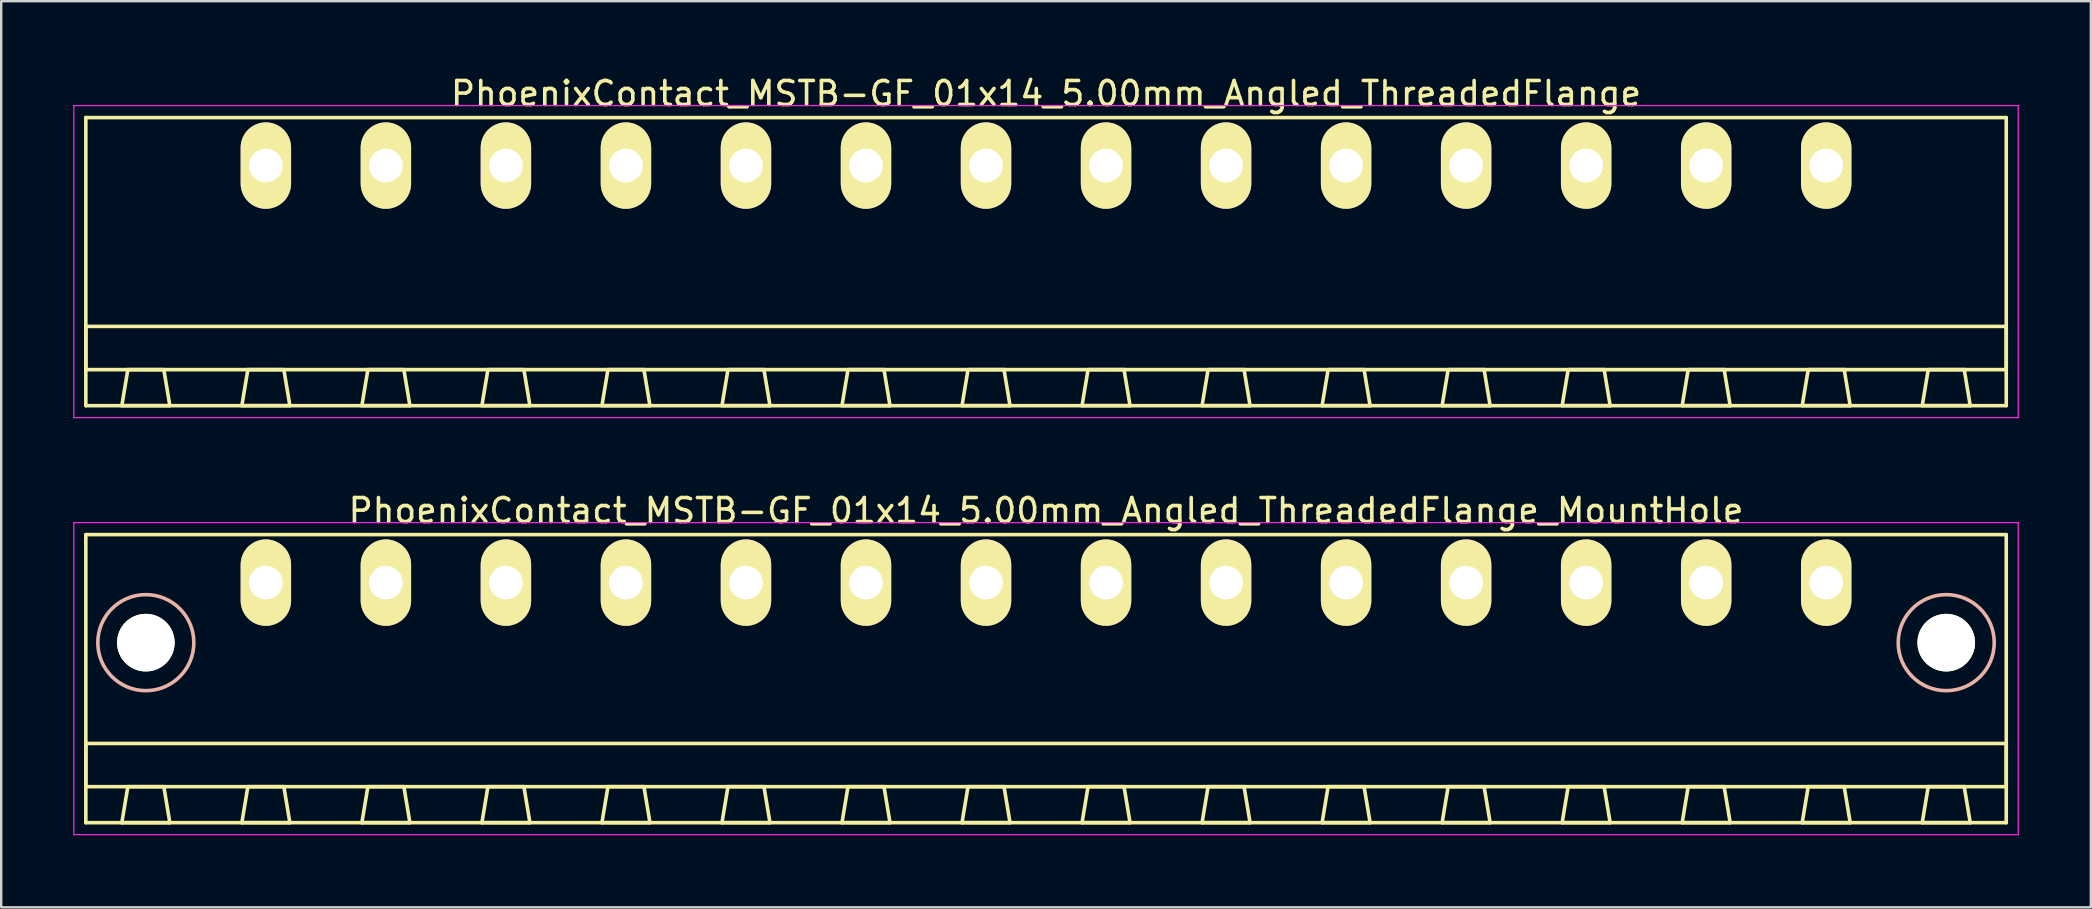
<source format=kicad_pcb>
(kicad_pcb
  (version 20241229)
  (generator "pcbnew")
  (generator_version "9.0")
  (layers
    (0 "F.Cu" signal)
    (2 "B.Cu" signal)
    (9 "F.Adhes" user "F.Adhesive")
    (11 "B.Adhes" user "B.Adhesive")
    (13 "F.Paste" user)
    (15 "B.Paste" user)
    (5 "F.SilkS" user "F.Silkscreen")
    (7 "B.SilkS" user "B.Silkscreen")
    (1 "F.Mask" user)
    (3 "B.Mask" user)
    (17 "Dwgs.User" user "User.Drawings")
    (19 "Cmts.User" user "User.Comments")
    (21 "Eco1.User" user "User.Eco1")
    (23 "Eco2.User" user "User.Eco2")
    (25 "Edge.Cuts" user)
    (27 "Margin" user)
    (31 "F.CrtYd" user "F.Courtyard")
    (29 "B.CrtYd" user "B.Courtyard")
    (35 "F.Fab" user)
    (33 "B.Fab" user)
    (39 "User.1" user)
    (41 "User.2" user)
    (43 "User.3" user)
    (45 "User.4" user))
  (footprint "PhoenixContact_MSTB-GF_01x14_5.00mm_Angled_ThreadedFlange_MountHole"
    (layer "F.Cu")
    (at 8.025 21.221)
    (property "Reference" "PhoenixContact_MSTB-GF_01x14_5.00mm_Angled_ThreadedFlange_MountHole" (at 32.5 -3 0) (layer "F.SilkS") (effects (font (size 1 1) (thickness 0.15))))
    (attr through_hole)
    (fp_line (start -7.5 -2) (end -7.5 10) (stroke (width 0.15) (type solid)) (layer "F.SilkS"))
    (fp_line (start -7.5 6.7) (end 72.5 6.7) (stroke (width 0.15) (type solid)) (layer "F.SilkS"))
    (fp_line (start -7.5 8.5) (end -7.5 6.7) (stroke (width 0.15) (type solid)) (layer "F.SilkS"))
    (fp_line (start -7.5 10) (end 72.5 10) (stroke (width 0.15) (type solid)) (layer "F.SilkS"))
    (fp_line (start -6 10) (end -4 10) (stroke (width 0.15) (type solid)) (layer "F.SilkS"))
    (fp_line (start -5.75 8.5) (end -6 10) (stroke (width 0.15) (type solid)) (layer "F.SilkS"))
    (fp_line (start -4.25 8.5) (end -5.75 8.5) (stroke (width 0.15) (type solid)) (layer "F.SilkS"))
    (fp_line (start -4 10) (end -4.25 8.5) (stroke (width 0.15) (type solid)) (layer "F.SilkS"))
    (fp_line (start -1 10) (end 1 10) (stroke (width 0.15) (type solid)) (layer "F.SilkS"))
    (fp_line (start -0.75 8.5) (end -1 10) (stroke (width 0.15) (type solid)) (layer "F.SilkS"))
    (fp_line (start 0.75 8.5) (end -0.75 8.5) (stroke (width 0.15) (type solid)) (layer "F.SilkS"))
    (fp_line (start 1 10) (end 0.75 8.5) (stroke (width 0.15) (type solid)) (layer "F.SilkS"))
    (fp_line (start 4 10) (end 6 10) (stroke (width 0.15) (type solid)) (layer "F.SilkS"))
    (fp_line (start 4.25 8.5) (end 4 10) (stroke (width 0.15) (type solid)) (layer "F.SilkS"))
    (fp_line (start 5.75 8.5) (end 4.25 8.5) (stroke (width 0.15) (type solid)) (layer "F.SilkS"))
    (fp_line (start 6 10) (end 5.75 8.5) (stroke (width 0.15) (type solid)) (layer "F.SilkS"))
    (fp_line (start 9 10) (end 11 10) (stroke (width 0.15) (type solid)) (layer "F.SilkS"))
    (fp_line (start 9.25 8.5) (end 9 10) (stroke (width 0.15) (type solid)) (layer "F.SilkS"))
    (fp_line (start 10.75 8.5) (end 9.25 8.5) (stroke (width 0.15) (type solid)) (layer "F.SilkS"))
    (fp_line (start 11 10) (end 10.75 8.5) (stroke (width 0.15) (type solid)) (layer "F.SilkS"))
    (fp_line (start 14 10) (end 16 10) (stroke (width 0.15) (type solid)) (layer "F.SilkS"))
    (fp_line (start 14.25 8.5) (end 14 10) (stroke (width 0.15) (type solid)) (layer "F.SilkS"))
    (fp_line (start 15.75 8.5) (end 14.25 8.5) (stroke (width 0.15) (type solid)) (layer "F.SilkS"))
    (fp_line (start 16 10) (end 15.75 8.5) (stroke (width 0.15) (type solid)) (layer "F.SilkS"))
    (fp_line (start 19 10) (end 21 10) (stroke (width 0.15) (type solid)) (layer "F.SilkS"))
    (fp_line (start 19.25 8.5) (end 19 10) (stroke (width 0.15) (type solid)) (layer "F.SilkS"))
    (fp_line (start 20.75 8.5) (end 19.25 8.5) (stroke (width 0.15) (type solid)) (layer "F.SilkS"))
    (fp_line (start 21 10) (end 20.75 8.5) (stroke (width 0.15) (type solid)) (layer "F.SilkS"))
    (fp_line (start 24 10) (end 26 10) (stroke (width 0.15) (type solid)) (layer "F.SilkS"))
    (fp_line (start 24.25 8.5) (end 24 10) (stroke (width 0.15) (type solid)) (layer "F.SilkS"))
    (fp_line (start 25.75 8.5) (end 24.25 8.5) (stroke (width 0.15) (type solid)) (layer "F.SilkS"))
    (fp_line (start 26 10) (end 25.75 8.5) (stroke (width 0.15) (type solid)) (layer "F.SilkS"))
    (fp_line (start 29 10) (end 31 10) (stroke (width 0.15) (type solid)) (layer "F.SilkS"))
    (fp_line (start 29.25 8.5) (end 29 10) (stroke (width 0.15) (type solid)) (layer "F.SilkS"))
    (fp_line (start 30.75 8.5) (end 29.25 8.5) (stroke (width 0.15) (type solid)) (layer "F.SilkS"))
    (fp_line (start 31 10) (end 30.75 8.5) (stroke (width 0.15) (type solid)) (layer "F.SilkS"))
    (fp_line (start 34 10) (end 36 10) (stroke (width 0.15) (type solid)) (layer "F.SilkS"))
    (fp_line (start 34.25 8.5) (end 34 10) (stroke (width 0.15) (type solid)) (layer "F.SilkS"))
    (fp_line (start 35.75 8.5) (end 34.25 8.5) (stroke (width 0.15) (type solid)) (layer "F.SilkS"))
    (fp_line (start 36 10) (end 35.75 8.5) (stroke (width 0.15) (type solid)) (layer "F.SilkS"))
    (fp_line (start 39 10) (end 41 10) (stroke (width 0.15) (type solid)) (layer "F.SilkS"))
    (fp_line (start 39.25 8.5) (end 39 10) (stroke (width 0.15) (type solid)) (layer "F.SilkS"))
    (fp_line (start 40.75 8.5) (end 39.25 8.5) (stroke (width 0.15) (type solid)) (layer "F.SilkS"))
    (fp_line (start 41 10) (end 40.75 8.5) (stroke (width 0.15) (type solid)) (layer "F.SilkS"))
    (fp_line (start 44 10) (end 46 10) (stroke (width 0.15) (type solid)) (layer "F.SilkS"))
    (fp_line (start 44.25 8.5) (end 44 10) (stroke (width 0.15) (type solid)) (layer "F.SilkS"))
    (fp_line (start 45.75 8.5) (end 44.25 8.5) (stroke (width 0.15) (type solid)) (layer "F.SilkS"))
    (fp_line (start 46 10) (end 45.75 8.5) (stroke (width 0.15) (type solid)) (layer "F.SilkS"))
    (fp_line (start 49 10) (end 51 10) (stroke (width 0.15) (type solid)) (layer "F.SilkS"))
    (fp_line (start 49.25 8.5) (end 49 10) (stroke (width 0.15) (type solid)) (layer "F.SilkS"))
    (fp_line (start 50.75 8.5) (end 49.25 8.5) (stroke (width 0.15) (type solid)) (layer "F.SilkS"))
    (fp_line (start 51 10) (end 50.75 8.5) (stroke (width 0.15) (type solid)) (layer "F.SilkS"))
    (fp_line (start 54 10) (end 56 10) (stroke (width 0.15) (type solid)) (layer "F.SilkS"))
    (fp_line (start 54.25 8.5) (end 54 10) (stroke (width 0.15) (type solid)) (layer "F.SilkS"))
    (fp_line (start 55.75 8.5) (end 54.25 8.5) (stroke (width 0.15) (type solid)) (layer "F.SilkS"))
    (fp_line (start 56 10) (end 55.75 8.5) (stroke (width 0.15) (type solid)) (layer "F.SilkS"))
    (fp_line (start 59 10) (end 61 10) (stroke (width 0.15) (type solid)) (layer "F.SilkS"))
    (fp_line (start 59.25 8.5) (end 59 10) (stroke (width 0.15) (type solid)) (layer "F.SilkS"))
    (fp_line (start 60.75 8.5) (end 59.25 8.5) (stroke (width 0.15) (type solid)) (layer "F.SilkS"))
    (fp_line (start 61 10) (end 60.75 8.5) (stroke (width 0.15) (type solid)) (layer "F.SilkS"))
    (fp_line (start 64 10) (end 66 10) (stroke (width 0.15) (type solid)) (layer "F.SilkS"))
    (fp_line (start 64.25 8.5) (end 64 10) (stroke (width 0.15) (type solid)) (layer "F.SilkS"))
    (fp_line (start 65.75 8.5) (end 64.25 8.5) (stroke (width 0.15) (type solid)) (layer "F.SilkS"))
    (fp_line (start 66 10) (end 65.75 8.5) (stroke (width 0.15) (type solid)) (layer "F.SilkS"))
    (fp_line (start 69 10) (end 71 10) (stroke (width 0.15) (type solid)) (layer "F.SilkS"))
    (fp_line (start 69.25 8.5) (end 69 10) (stroke (width 0.15) (type solid)) (layer "F.SilkS"))
    (fp_line (start 70.75 8.5) (end 69.25 8.5) (stroke (width 0.15) (type solid)) (layer "F.SilkS"))
    (fp_line (start 71 10) (end 70.75 8.5) (stroke (width 0.15) (type solid)) (layer "F.SilkS"))
    (fp_line (start 72.5 -2) (end -7.5 -2) (stroke (width 0.15) (type solid)) (layer "F.SilkS"))
    (fp_line (start 72.5 6.7) (end 72.5 8.5) (stroke (width 0.15) (type solid)) (layer "F.SilkS"))
    (fp_line (start 72.5 8.5) (end -7.5 8.5) (stroke (width 0.15) (type solid)) (layer "F.SilkS"))
    (fp_line (start 72.5 10) (end 72.5 -2) (stroke (width 0.15) (type solid)) (layer "F.SilkS"))
    (fp_circle (center -5 2.5) (end -3 2.5) (stroke (width 0.15) (type solid)) (fill no) (layer "B.SilkS"))
    (fp_circle (center 70 2.5) (end 72 2.5) (stroke (width 0.15) (type solid)) (fill no) (layer "B.SilkS"))
    (fp_line (start -8 -2.5) (end -8 10.5) (stroke (width 0.05) (type solid)) (layer "F.CrtYd"))
    (fp_line (start -8 10.5) (end 73 10.5) (stroke (width 0.05) (type solid)) (layer "F.CrtYd"))
    (fp_line (start 73 -2.5) (end -8 -2.5) (stroke (width 0.05) (type solid)) (layer "F.CrtYd"))
    (fp_line (start 73 10.5) (end 73 -2.5) (stroke (width 0.05) (type solid)) (layer "F.CrtYd"))
    (pad "" np_thru_hole circle (at -5 2.5) (size 2.4 2.4) (drill 2.4) (layers "*.Cu" "*.Mask" "F.SilkS"))
    (pad "" np_thru_hole circle (at 70 2.5) (size 2.4 2.4) (drill 2.4) (layers "*.Cu" "*.Mask" "F.SilkS"))
    (pad "1" thru_hole oval (at 0 0) (size 2.1 3.6) (drill 1.4) (layers "*.Cu" "*.Mask" "F.SilkS"))
    (pad "2" thru_hole oval (at 5 0) (size 2.1 3.6) (drill 1.4) (layers "*.Cu" "*.Mask" "F.SilkS"))
    (pad "3" thru_hole oval (at 10 0) (size 2.1 3.6) (drill 1.4) (layers "*.Cu" "*.Mask" "F.SilkS"))
    (pad "4" thru_hole oval (at 15 0) (size 2.1 3.6) (drill 1.4) (layers "*.Cu" "*.Mask" "F.SilkS"))
    (pad "5" thru_hole oval (at 20 0) (size 2.1 3.6) (drill 1.4) (layers "*.Cu" "*.Mask" "F.SilkS"))
    (pad "6" thru_hole oval (at 25 0) (size 2.1 3.6) (drill 1.4) (layers "*.Cu" "*.Mask" "F.SilkS"))
    (pad "7" thru_hole oval (at 30 0) (size 2.1 3.6) (drill 1.4) (layers "*.Cu" "*.Mask" "F.SilkS"))
    (pad "8" thru_hole oval (at 35 0) (size 2.1 3.6) (drill 1.4) (layers "*.Cu" "*.Mask" "F.SilkS"))
    (pad "9" thru_hole oval (at 40 0) (size 2.1 3.6) (drill 1.4) (layers "*.Cu" "*.Mask" "F.SilkS"))
    (pad "10" thru_hole oval (at 45 0) (size 2.1 3.6) (drill 1.4) (layers "*.Cu" "*.Mask" "F.SilkS"))
    (pad "11" thru_hole oval (at 50 0) (size 2.1 3.6) (drill 1.4) (layers "*.Cu" "*.Mask" "F.SilkS"))
    (pad "12" thru_hole oval (at 55 0) (size 2.1 3.6) (drill 1.4) (layers "*.Cu" "*.Mask" "F.SilkS"))
    (pad "13" thru_hole oval (at 60 0) (size 2.1 3.6) (drill 1.4) (layers "*.Cu" "*.Mask" "F.SilkS"))
    (pad "14" thru_hole oval (at 65 0) (size 2.1 3.6) (drill 1.4) (layers "*.Cu" "*.Mask" "F.SilkS")))
  (footprint "PhoenixContact_MSTB-GF_01x14_5.00mm_Angled_ThreadedFlange"
    (layer "F.Cu")
    (at 8.025 3.848)
    (property "Reference" "PhoenixContact_MSTB-GF_01x14_5.00mm_Angled_ThreadedFlange" (at 32.5 -3 0) (layer "F.SilkS") (effects (font (size 1 1) (thickness 0.15))))
    (attr through_hole)
    (fp_line (start -7.5 -2) (end -7.5 10) (stroke (width 0.15) (type solid)) (layer "F.SilkS"))
    (fp_line (start -7.5 6.7) (end 72.5 6.7) (stroke (width 0.15) (type solid)) (layer "F.SilkS"))
    (fp_line (start -7.5 8.5) (end -7.5 6.7) (stroke (width 0.15) (type solid)) (layer "F.SilkS"))
    (fp_line (start -7.5 10) (end 72.5 10) (stroke (width 0.15) (type solid)) (layer "F.SilkS"))
    (fp_line (start -6 10) (end -4 10) (stroke (width 0.15) (type solid)) (layer "F.SilkS"))
    (fp_line (start -5.75 8.5) (end -6 10) (stroke (width 0.15) (type solid)) (layer "F.SilkS"))
    (fp_line (start -4.25 8.5) (end -5.75 8.5) (stroke (width 0.15) (type solid)) (layer "F.SilkS"))
    (fp_line (start -4 10) (end -4.25 8.5) (stroke (width 0.15) (type solid)) (layer "F.SilkS"))
    (fp_line (start -1 10) (end 1 10) (stroke (width 0.15) (type solid)) (layer "F.SilkS"))
    (fp_line (start -0.75 8.5) (end -1 10) (stroke (width 0.15) (type solid)) (layer "F.SilkS"))
    (fp_line (start 0.75 8.5) (end -0.75 8.5) (stroke (width 0.15) (type solid)) (layer "F.SilkS"))
    (fp_line (start 1 10) (end 0.75 8.5) (stroke (width 0.15) (type solid)) (layer "F.SilkS"))
    (fp_line (start 4 10) (end 6 10) (stroke (width 0.15) (type solid)) (layer "F.SilkS"))
    (fp_line (start 4.25 8.5) (end 4 10) (stroke (width 0.15) (type solid)) (layer "F.SilkS"))
    (fp_line (start 5.75 8.5) (end 4.25 8.5) (stroke (width 0.15) (type solid)) (layer "F.SilkS"))
    (fp_line (start 6 10) (end 5.75 8.5) (stroke (width 0.15) (type solid)) (layer "F.SilkS"))
    (fp_line (start 9 10) (end 11 10) (stroke (width 0.15) (type solid)) (layer "F.SilkS"))
    (fp_line (start 9.25 8.5) (end 9 10) (stroke (width 0.15) (type solid)) (layer "F.SilkS"))
    (fp_line (start 10.75 8.5) (end 9.25 8.5) (stroke (width 0.15) (type solid)) (layer "F.SilkS"))
    (fp_line (start 11 10) (end 10.75 8.5) (stroke (width 0.15) (type solid)) (layer "F.SilkS"))
    (fp_line (start 14 10) (end 16 10) (stroke (width 0.15) (type solid)) (layer "F.SilkS"))
    (fp_line (start 14.25 8.5) (end 14 10) (stroke (width 0.15) (type solid)) (layer "F.SilkS"))
    (fp_line (start 15.75 8.5) (end 14.25 8.5) (stroke (width 0.15) (type solid)) (layer "F.SilkS"))
    (fp_line (start 16 10) (end 15.75 8.5) (stroke (width 0.15) (type solid)) (layer "F.SilkS"))
    (fp_line (start 19 10) (end 21 10) (stroke (width 0.15) (type solid)) (layer "F.SilkS"))
    (fp_line (start 19.25 8.5) (end 19 10) (stroke (width 0.15) (type solid)) (layer "F.SilkS"))
    (fp_line (start 20.75 8.5) (end 19.25 8.5) (stroke (width 0.15) (type solid)) (layer "F.SilkS"))
    (fp_line (start 21 10) (end 20.75 8.5) (stroke (width 0.15) (type solid)) (layer "F.SilkS"))
    (fp_line (start 24 10) (end 26 10) (stroke (width 0.15) (type solid)) (layer "F.SilkS"))
    (fp_line (start 24.25 8.5) (end 24 10) (stroke (width 0.15) (type solid)) (layer "F.SilkS"))
    (fp_line (start 25.75 8.5) (end 24.25 8.5) (stroke (width 0.15) (type solid)) (layer "F.SilkS"))
    (fp_line (start 26 10) (end 25.75 8.5) (stroke (width 0.15) (type solid)) (layer "F.SilkS"))
    (fp_line (start 29 10) (end 31 10) (stroke (width 0.15) (type solid)) (layer "F.SilkS"))
    (fp_line (start 29.25 8.5) (end 29 10) (stroke (width 0.15) (type solid)) (layer "F.SilkS"))
    (fp_line (start 30.75 8.5) (end 29.25 8.5) (stroke (width 0.15) (type solid)) (layer "F.SilkS"))
    (fp_line (start 31 10) (end 30.75 8.5) (stroke (width 0.15) (type solid)) (layer "F.SilkS"))
    (fp_line (start 34 10) (end 36 10) (stroke (width 0.15) (type solid)) (layer "F.SilkS"))
    (fp_line (start 34.25 8.5) (end 34 10) (stroke (width 0.15) (type solid)) (layer "F.SilkS"))
    (fp_line (start 35.75 8.5) (end 34.25 8.5) (stroke (width 0.15) (type solid)) (layer "F.SilkS"))
    (fp_line (start 36 10) (end 35.75 8.5) (stroke (width 0.15) (type solid)) (layer "F.SilkS"))
    (fp_line (start 39 10) (end 41 10) (stroke (width 0.15) (type solid)) (layer "F.SilkS"))
    (fp_line (start 39.25 8.5) (end 39 10) (stroke (width 0.15) (type solid)) (layer "F.SilkS"))
    (fp_line (start 40.75 8.5) (end 39.25 8.5) (stroke (width 0.15) (type solid)) (layer "F.SilkS"))
    (fp_line (start 41 10) (end 40.75 8.5) (stroke (width 0.15) (type solid)) (layer "F.SilkS"))
    (fp_line (start 44 10) (end 46 10) (stroke (width 0.15) (type solid)) (layer "F.SilkS"))
    (fp_line (start 44.25 8.5) (end 44 10) (stroke (width 0.15) (type solid)) (layer "F.SilkS"))
    (fp_line (start 45.75 8.5) (end 44.25 8.5) (stroke (width 0.15) (type solid)) (layer "F.SilkS"))
    (fp_line (start 46 10) (end 45.75 8.5) (stroke (width 0.15) (type solid)) (layer "F.SilkS"))
    (fp_line (start 49 10) (end 51 10) (stroke (width 0.15) (type solid)) (layer "F.SilkS"))
    (fp_line (start 49.25 8.5) (end 49 10) (stroke (width 0.15) (type solid)) (layer "F.SilkS"))
    (fp_line (start 50.75 8.5) (end 49.25 8.5) (stroke (width 0.15) (type solid)) (layer "F.SilkS"))
    (fp_line (start 51 10) (end 50.75 8.5) (stroke (width 0.15) (type solid)) (layer "F.SilkS"))
    (fp_line (start 54 10) (end 56 10) (stroke (width 0.15) (type solid)) (layer "F.SilkS"))
    (fp_line (start 54.25 8.5) (end 54 10) (stroke (width 0.15) (type solid)) (layer "F.SilkS"))
    (fp_line (start 55.75 8.5) (end 54.25 8.5) (stroke (width 0.15) (type solid)) (layer "F.SilkS"))
    (fp_line (start 56 10) (end 55.75 8.5) (stroke (width 0.15) (type solid)) (layer "F.SilkS"))
    (fp_line (start 59 10) (end 61 10) (stroke (width 0.15) (type solid)) (layer "F.SilkS"))
    (fp_line (start 59.25 8.5) (end 59 10) (stroke (width 0.15) (type solid)) (layer "F.SilkS"))
    (fp_line (start 60.75 8.5) (end 59.25 8.5) (stroke (width 0.15) (type solid)) (layer "F.SilkS"))
    (fp_line (start 61 10) (end 60.75 8.5) (stroke (width 0.15) (type solid)) (layer "F.SilkS"))
    (fp_line (start 64 10) (end 66 10) (stroke (width 0.15) (type solid)) (layer "F.SilkS"))
    (fp_line (start 64.25 8.5) (end 64 10) (stroke (width 0.15) (type solid)) (layer "F.SilkS"))
    (fp_line (start 65.75 8.5) (end 64.25 8.5) (stroke (width 0.15) (type solid)) (layer "F.SilkS"))
    (fp_line (start 66 10) (end 65.75 8.5) (stroke (width 0.15) (type solid)) (layer "F.SilkS"))
    (fp_line (start 69 10) (end 71 10) (stroke (width 0.15) (type solid)) (layer "F.SilkS"))
    (fp_line (start 69.25 8.5) (end 69 10) (stroke (width 0.15) (type solid)) (layer "F.SilkS"))
    (fp_line (start 70.75 8.5) (end 69.25 8.5) (stroke (width 0.15) (type solid)) (layer "F.SilkS"))
    (fp_line (start 71 10) (end 70.75 8.5) (stroke (width 0.15) (type solid)) (layer "F.SilkS"))
    (fp_line (start 72.5 -2) (end -7.5 -2) (stroke (width 0.15) (type solid)) (layer "F.SilkS"))
    (fp_line (start 72.5 6.7) (end 72.5 8.5) (stroke (width 0.15) (type solid)) (layer "F.SilkS"))
    (fp_line (start 72.5 8.5) (end -7.5 8.5) (stroke (width 0.15) (type solid)) (layer "F.SilkS"))
    (fp_line (start 72.5 10) (end 72.5 -2) (stroke (width 0.15) (type solid)) (layer "F.SilkS"))
    (fp_line (start -8 -2.5) (end -8 10.5) (stroke (width 0.05) (type solid)) (layer "F.CrtYd"))
    (fp_line (start -8 10.5) (end 73 10.5) (stroke (width 0.05) (type solid)) (layer "F.CrtYd"))
    (fp_line (start 73 -2.5) (end -8 -2.5) (stroke (width 0.05) (type solid)) (layer "F.CrtYd"))
    (fp_line (start 73 10.5) (end 73 -2.5) (stroke (width 0.05) (type solid)) (layer "F.CrtYd"))
    (pad "1" thru_hole oval (at 0 0) (size 2.1 3.6) (drill 1.4) (layers "*.Cu" "*.Mask" "F.SilkS"))
    (pad "2" thru_hole oval (at 5 0) (size 2.1 3.6) (drill 1.4) (layers "*.Cu" "*.Mask" "F.SilkS"))
    (pad "3" thru_hole oval (at 10 0) (size 2.1 3.6) (drill 1.4) (layers "*.Cu" "*.Mask" "F.SilkS"))
    (pad "4" thru_hole oval (at 15 0) (size 2.1 3.6) (drill 1.4) (layers "*.Cu" "*.Mask" "F.SilkS"))
    (pad "5" thru_hole oval (at 20 0) (size 2.1 3.6) (drill 1.4) (layers "*.Cu" "*.Mask" "F.SilkS"))
    (pad "6" thru_hole oval (at 25 0) (size 2.1 3.6) (drill 1.4) (layers "*.Cu" "*.Mask" "F.SilkS"))
    (pad "7" thru_hole oval (at 30 0) (size 2.1 3.6) (drill 1.4) (layers "*.Cu" "*.Mask" "F.SilkS"))
    (pad "8" thru_hole oval (at 35 0) (size 2.1 3.6) (drill 1.4) (layers "*.Cu" "*.Mask" "F.SilkS"))
    (pad "9" thru_hole oval (at 40 0) (size 2.1 3.6) (drill 1.4) (layers "*.Cu" "*.Mask" "F.SilkS"))
    (pad "10" thru_hole oval (at 45 0) (size 2.1 3.6) (drill 1.4) (layers "*.Cu" "*.Mask" "F.SilkS"))
    (pad "11" thru_hole oval (at 50 0) (size 2.1 3.6) (drill 1.4) (layers "*.Cu" "*.Mask" "F.SilkS"))
    (pad "12" thru_hole oval (at 55 0) (size 2.1 3.6) (drill 1.4) (layers "*.Cu" "*.Mask" "F.SilkS"))
    (pad "13" thru_hole oval (at 60 0) (size 2.1 3.6) (drill 1.4) (layers "*.Cu" "*.Mask" "F.SilkS"))
    (pad "14" thru_hole oval (at 65 0) (size 2.1 3.6) (drill 1.4) (layers "*.Cu" "*.Mask" "F.SilkS")))
  (gr_rect
    (start -3 -3)
    (end 84.05 34.746)
    (stroke (width 0.1) (type default))
    (fill no)
    (layer "Edge.Cuts")))
</source>
